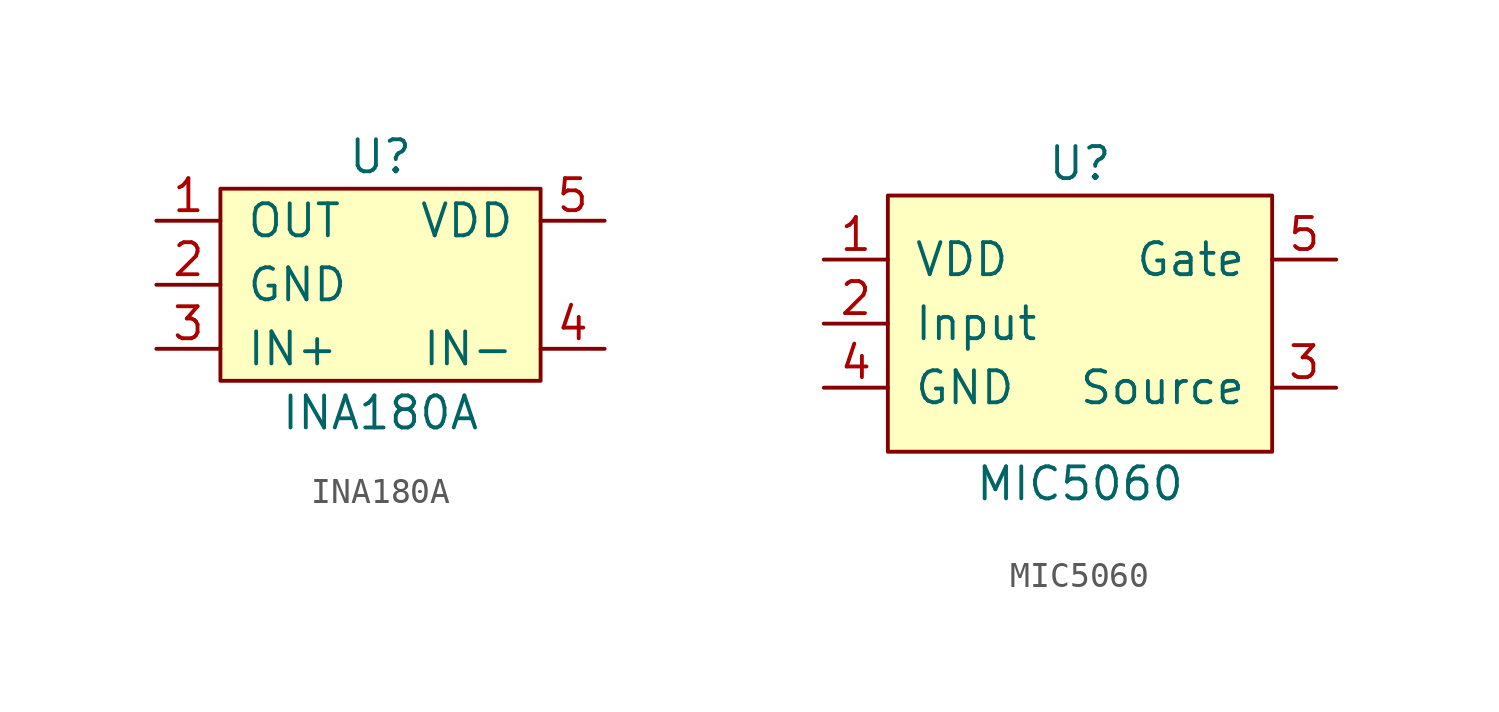
<source format=kicad_sym>
(kicad_symbol_lib
  (version 20211014)
  (generator kicad_symbol_editor)
  (symbol "INA180A"
    (pin_names
      (offset 1.016))
    (property "Reference" "U"
      (at 0 3.81 0)
      (effects (font (size 1.27 1.27))))
    (property "Value" "INA180A"
      (at 0 -6.35 0)
      (effects (font (size 1.27 1.27))))
    (symbol "INA180A_0_1"
      (rectangle (start -6.35 2.54) (end 6.35 -5.08) (stroke (width 0) (type default) (color 0 0 0 0)) (fill (type background))))
    (symbol "INA180A_1_1"
      (pin output line (at -8.89 1.27 0) (length 2.54) (name "OUT" (effects (font (size 1.27 1.27)))) (number "1" (effects (font (size 1.27 1.27)))))
      (pin passive line (at -8.89 -1.27 0) (length 2.54) (name "GND" (effects (font (size 1.27 1.27)))) (number "2" (effects (font (size 1.27 1.27)))))
      (pin input line (at -8.89 -3.81 0) (length 2.54) (name "IN+" (effects (font (size 1.27 1.27)))) (number "3" (effects (font (size 1.27 1.27)))))
      (pin input line (at 8.89 -3.81 180) (length 2.54) (name "IN-" (effects (font (size 1.27 1.27)))) (number "4" (effects (font (size 1.27 1.27)))))
      (pin power_in line (at 8.89 1.27 180) (length 2.54) (name "VDD" (effects (font (size 1.27 1.27)))) (number "5" (effects (font (size 1.27 1.27)))))))
  (symbol "MIC5060"
    (pin_names
      (offset 1.016))
    (property "Reference" "U"
      (at 0 6.35 0)
      (effects (font (size 1.27 1.27))))
    (property "Value" "MIC5060"
      (at 0 -6.35 0)
      (effects (font (size 1.27 1.27))))
    (symbol "MIC5060_0_1"
      (rectangle (start -7.62 5.08) (end 7.62 -5.08) (stroke (width 0) (type default) (color 0 0 0 0)) (fill (type background))))
    (symbol "MIC5060_1_1"
      (pin power_in line (at -10.16 2.54 0) (length 2.54) (name "VDD" (effects (font (size 1.27 1.27)))) (number "1" (effects (font (size 1.27 1.27)))))
      (pin input line (at -10.16 0 0) (length 2.54) (name "Input" (effects (font (size 1.27 1.27)))) (number "2" (effects (font (size 1.27 1.27)))))
      (pin passive line (at 10.16 -2.54 180) (length 2.54) (name "Source" (effects (font (size 1.27 1.27)))) (number "3" (effects (font (size 1.27 1.27)))))
      (pin passive line (at -10.16 -2.54 0) (length 2.54) (name "GND" (effects (font (size 1.27 1.27)))) (number "4" (effects (font (size 1.27 1.27)))))
      (pin output line (at 10.16 2.54 180) (length 2.54) (name "Gate" (effects (font (size 1.27 1.27)))) (number "5" (effects (font (size 1.27 1.27)))))
      (pin no_connect line (at 2.54 -7.62 90) (length 2.54) hide (name "NC" (effects (font (size 1.27 1.27)))) (number "6" (effects (font (size 1.27 1.27)))))
      (pin no_connect line (at 0 -7.62 90) (length 2.54) hide (name "NC" (effects (font (size 1.27 1.27)))) (number "7" (effects (font (size 1.27 1.27)))))
      (pin no_connect line (at -2.54 -7.62 90) (length 2.54) hide (name "NC" (effects (font (size 1.27 1.27)))) (number "8" (effects (font (size 1.27 1.27))))))))
</source>
